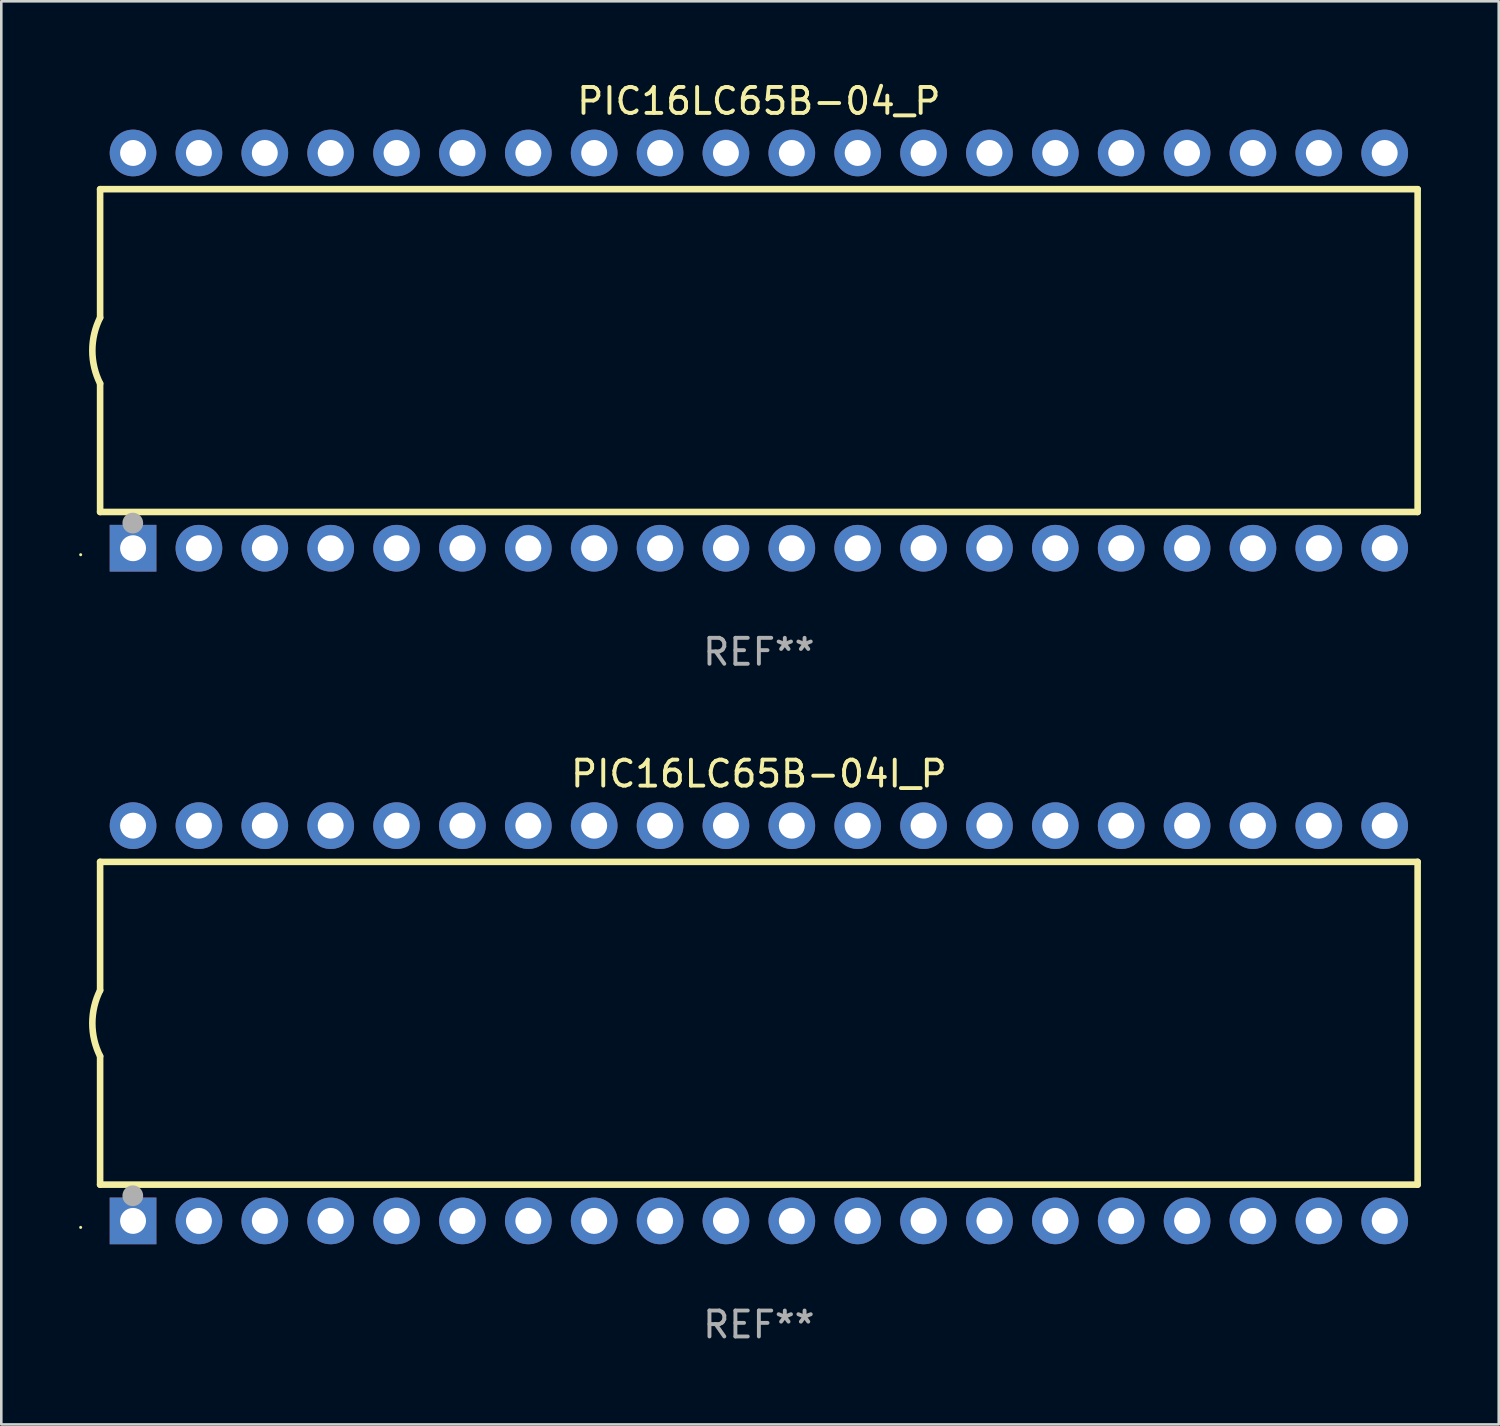
<source format=kicad_pcb>
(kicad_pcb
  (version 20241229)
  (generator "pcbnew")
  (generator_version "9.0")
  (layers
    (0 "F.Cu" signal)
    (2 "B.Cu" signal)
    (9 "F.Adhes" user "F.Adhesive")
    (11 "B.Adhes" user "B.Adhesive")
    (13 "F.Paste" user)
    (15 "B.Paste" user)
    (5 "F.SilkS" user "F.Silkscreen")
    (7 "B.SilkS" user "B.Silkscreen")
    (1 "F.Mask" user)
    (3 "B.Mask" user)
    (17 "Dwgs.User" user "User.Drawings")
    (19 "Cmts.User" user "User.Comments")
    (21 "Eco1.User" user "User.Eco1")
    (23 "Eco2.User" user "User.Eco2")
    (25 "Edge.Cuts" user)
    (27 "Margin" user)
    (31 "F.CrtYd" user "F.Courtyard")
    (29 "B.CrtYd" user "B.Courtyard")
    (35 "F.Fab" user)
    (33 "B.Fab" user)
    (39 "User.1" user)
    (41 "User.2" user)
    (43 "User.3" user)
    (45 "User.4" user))
  (footprint "PIC16LC65B-04_P"
    (layer "F.Cu")
    (at 26.21 10.468)
    (property "Reference" "PIC16LC65B-04_P" (at 0 -9.62 0) (layer "F.SilkS") (effects (font (size 1 1) (thickness 0.15))))
    (attr through_hole)
    (fp_line (start -25.4 -6.224) (end -25.4 -1.271) (stroke (width 0.254) (type solid)) (layer "F.SilkS"))
    (fp_line (start -25.4 -6.224) (end 25.4 -6.224) (stroke (width 0.254) (type solid)) (layer "F.SilkS"))
    (fp_line (start -25.4 1.269) (end -25.4 6.222) (stroke (width 0.254) (type solid)) (layer "F.SilkS"))
    (fp_line (start -25.4 6.222) (end 25.4 6.222) (stroke (width 0.254) (type solid)) (layer "F.SilkS"))
    (fp_line (start 25.4 6.222) (end 25.4 -6.224) (stroke (width 0.254) (type solid)) (layer "F.SilkS"))
    (fp_arc (start -25.4 1.269241) (mid -25.699807 -0.000762) (end -25.4 -1.270765) (stroke (width 0.254001) (type solid)) (layer "F.SilkS"))
    (fp_circle (center -26.15 7.87) (end -26.12 7.87) (stroke (width 0.06) (type solid)) (fill no) (layer "F.SilkS"))
    (fp_circle (center -24.14 6.65) (end -23.94 6.65) (stroke (width 0.4) (type solid)) (fill no) (layer "F.Fab"))
    (fp_text user "REF**" (at 0 11.62 0) (layer "F.Fab") (effects (font (size 1 1) (thickness 0.15))))
    (pad "1" thru_hole rect (at -24.13 7.62 90) (size 1.8 1.8) (drill 1) (layers "*.Cu" "*.Mask"))
    (pad "2" thru_hole circle (at -21.59 7.62) (size 1.8 1.8) (drill 1) (layers "*.Cu" "*.Mask"))
    (pad "3" thru_hole circle (at -19.05 7.62) (size 1.8 1.8) (drill 1) (layers "*.Cu" "*.Mask"))
    (pad "4" thru_hole circle (at -16.51 7.62) (size 1.8 1.8) (drill 1) (layers "*.Cu" "*.Mask"))
    (pad "5" thru_hole circle (at -13.97 7.62) (size 1.8 1.8) (drill 1) (layers "*.Cu" "*.Mask"))
    (pad "6" thru_hole circle (at -11.43 7.62) (size 1.8 1.8) (drill 1) (layers "*.Cu" "*.Mask"))
    (pad "7" thru_hole circle (at -8.89 7.62) (size 1.8 1.8) (drill 1) (layers "*.Cu" "*.Mask"))
    (pad "8" thru_hole circle (at -6.35 7.62) (size 1.8 1.8) (drill 1) (layers "*.Cu" "*.Mask"))
    (pad "9" thru_hole circle (at -3.81 7.62) (size 1.8 1.8) (drill 1) (layers "*.Cu" "*.Mask"))
    (pad "10" thru_hole circle (at -1.27 7.62) (size 1.8 1.8) (drill 1) (layers "*.Cu" "*.Mask"))
    (pad "11" thru_hole circle (at 1.27 7.62) (size 1.8 1.8) (drill 1) (layers "*.Cu" "*.Mask"))
    (pad "12" thru_hole circle (at 3.81 7.62) (size 1.8 1.8) (drill 1) (layers "*.Cu" "*.Mask"))
    (pad "13" thru_hole circle (at 6.35 7.62) (size 1.8 1.8) (drill 1) (layers "*.Cu" "*.Mask"))
    (pad "14" thru_hole circle (at 8.89 7.62) (size 1.8 1.8) (drill 1) (layers "*.Cu" "*.Mask"))
    (pad "15" thru_hole circle (at 11.43 7.62) (size 1.8 1.8) (drill 1) (layers "*.Cu" "*.Mask"))
    (pad "16" thru_hole circle (at 13.97 7.62) (size 1.8 1.8) (drill 1) (layers "*.Cu" "*.Mask"))
    (pad "17" thru_hole circle (at 16.51 7.62) (size 1.8 1.8) (drill 1) (layers "*.Cu" "*.Mask"))
    (pad "18" thru_hole circle (at 19.05 7.62) (size 1.8 1.8) (drill 1) (layers "*.Cu" "*.Mask"))
    (pad "19" thru_hole circle (at 21.59 7.62) (size 1.8 1.8) (drill 1) (layers "*.Cu" "*.Mask"))
    (pad "20" thru_hole circle (at 24.13 7.62) (size 1.8 1.8) (drill 1) (layers "*.Cu" "*.Mask"))
    (pad "21" thru_hole circle (at 24.13 -7.62) (size 1.8 1.8) (drill 1) (layers "*.Cu" "*.Mask"))
    (pad "22" thru_hole circle (at 21.59 -7.62) (size 1.8 1.8) (drill 1) (layers "*.Cu" "*.Mask"))
    (pad "23" thru_hole circle (at 19.05 -7.62) (size 1.8 1.8) (drill 1) (layers "*.Cu" "*.Mask"))
    (pad "24" thru_hole circle (at 16.51 -7.62) (size 1.8 1.8) (drill 1) (layers "*.Cu" "*.Mask"))
    (pad "25" thru_hole circle (at 13.97 -7.62) (size 1.8 1.8) (drill 1) (layers "*.Cu" "*.Mask"))
    (pad "26" thru_hole circle (at 11.43 -7.62) (size 1.8 1.8) (drill 1) (layers "*.Cu" "*.Mask"))
    (pad "27" thru_hole circle (at 8.89 -7.62) (size 1.8 1.8) (drill 1) (layers "*.Cu" "*.Mask"))
    (pad "28" thru_hole circle (at 6.35 -7.62) (size 1.8 1.8) (drill 1) (layers "*.Cu" "*.Mask"))
    (pad "29" thru_hole circle (at 3.81 -7.62) (size 1.8 1.8) (drill 1) (layers "*.Cu" "*.Mask"))
    (pad "30" thru_hole circle (at 1.27 -7.62) (size 1.8 1.8) (drill 1) (layers "*.Cu" "*.Mask"))
    (pad "31" thru_hole circle (at -1.27 -7.62) (size 1.8 1.8) (drill 1) (layers "*.Cu" "*.Mask"))
    (pad "32" thru_hole circle (at -3.81 -7.62) (size 1.8 1.8) (drill 1) (layers "*.Cu" "*.Mask"))
    (pad "33" thru_hole circle (at -6.35 -7.62) (size 1.8 1.8) (drill 1) (layers "*.Cu" "*.Mask"))
    (pad "34" thru_hole circle (at -8.89 -7.62) (size 1.8 1.8) (drill 1) (layers "*.Cu" "*.Mask"))
    (pad "35" thru_hole circle (at -11.43 -7.62) (size 1.8 1.8) (drill 1) (layers "*.Cu" "*.Mask"))
    (pad "36" thru_hole circle (at -13.97 -7.62) (size 1.8 1.8) (drill 1) (layers "*.Cu" "*.Mask"))
    (pad "37" thru_hole circle (at -16.51 -7.62) (size 1.8 1.8) (drill 1) (layers "*.Cu" "*.Mask"))
    (pad "38" thru_hole circle (at -19.05 -7.62) (size 1.8 1.8) (drill 1) (layers "*.Cu" "*.Mask"))
    (pad "39" thru_hole circle (at -21.59 -7.62) (size 1.8 1.8) (drill 1) (layers "*.Cu" "*.Mask"))
    (pad "40" thru_hole circle (at -24.13 -7.62) (size 1.8 1.8) (drill 1) (layers "*.Cu" "*.Mask")))
  (footprint "PIC16LC65B-04I_P"
    (layer "F.Cu")
    (at 26.21 36.405)
    (property "Reference" "PIC16LC65B-04I_P" (at 0 -9.62 0) (layer "F.SilkS") (effects (font (size 1 1) (thickness 0.15))))
    (attr through_hole)
    (fp_line (start -25.4 -6.224) (end -25.4 -1.271) (stroke (width 0.254) (type solid)) (layer "F.SilkS"))
    (fp_line (start -25.4 -6.224) (end 25.4 -6.224) (stroke (width 0.254) (type solid)) (layer "F.SilkS"))
    (fp_line (start -25.4 1.269) (end -25.4 6.222) (stroke (width 0.254) (type solid)) (layer "F.SilkS"))
    (fp_line (start -25.4 6.222) (end 25.4 6.222) (stroke (width 0.254) (type solid)) (layer "F.SilkS"))
    (fp_line (start 25.4 6.222) (end 25.4 -6.224) (stroke (width 0.254) (type solid)) (layer "F.SilkS"))
    (fp_arc (start -25.4 1.269241) (mid -25.699807 -0.000762) (end -25.4 -1.270765) (stroke (width 0.254001) (type solid)) (layer "F.SilkS"))
    (fp_circle (center -26.15 7.87) (end -26.12 7.87) (stroke (width 0.06) (type solid)) (fill no) (layer "F.SilkS"))
    (fp_circle (center -24.14 6.65) (end -23.94 6.65) (stroke (width 0.4) (type solid)) (fill no) (layer "F.Fab"))
    (fp_text user "REF**" (at 0 11.62 0) (layer "F.Fab") (effects (font (size 1 1) (thickness 0.15))))
    (pad "1" thru_hole rect (at -24.13 7.62 90) (size 1.8 1.8) (drill 1) (layers "*.Cu" "*.Mask"))
    (pad "2" thru_hole circle (at -21.59 7.62) (size 1.8 1.8) (drill 1) (layers "*.Cu" "*.Mask"))
    (pad "3" thru_hole circle (at -19.05 7.62) (size 1.8 1.8) (drill 1) (layers "*.Cu" "*.Mask"))
    (pad "4" thru_hole circle (at -16.51 7.62) (size 1.8 1.8) (drill 1) (layers "*.Cu" "*.Mask"))
    (pad "5" thru_hole circle (at -13.97 7.62) (size 1.8 1.8) (drill 1) (layers "*.Cu" "*.Mask"))
    (pad "6" thru_hole circle (at -11.43 7.62) (size 1.8 1.8) (drill 1) (layers "*.Cu" "*.Mask"))
    (pad "7" thru_hole circle (at -8.89 7.62) (size 1.8 1.8) (drill 1) (layers "*.Cu" "*.Mask"))
    (pad "8" thru_hole circle (at -6.35 7.62) (size 1.8 1.8) (drill 1) (layers "*.Cu" "*.Mask"))
    (pad "9" thru_hole circle (at -3.81 7.62) (size 1.8 1.8) (drill 1) (layers "*.Cu" "*.Mask"))
    (pad "10" thru_hole circle (at -1.27 7.62) (size 1.8 1.8) (drill 1) (layers "*.Cu" "*.Mask"))
    (pad "11" thru_hole circle (at 1.27 7.62) (size 1.8 1.8) (drill 1) (layers "*.Cu" "*.Mask"))
    (pad "12" thru_hole circle (at 3.81 7.62) (size 1.8 1.8) (drill 1) (layers "*.Cu" "*.Mask"))
    (pad "13" thru_hole circle (at 6.35 7.62) (size 1.8 1.8) (drill 1) (layers "*.Cu" "*.Mask"))
    (pad "14" thru_hole circle (at 8.89 7.62) (size 1.8 1.8) (drill 1) (layers "*.Cu" "*.Mask"))
    (pad "15" thru_hole circle (at 11.43 7.62) (size 1.8 1.8) (drill 1) (layers "*.Cu" "*.Mask"))
    (pad "16" thru_hole circle (at 13.97 7.62) (size 1.8 1.8) (drill 1) (layers "*.Cu" "*.Mask"))
    (pad "17" thru_hole circle (at 16.51 7.62) (size 1.8 1.8) (drill 1) (layers "*.Cu" "*.Mask"))
    (pad "18" thru_hole circle (at 19.05 7.62) (size 1.8 1.8) (drill 1) (layers "*.Cu" "*.Mask"))
    (pad "19" thru_hole circle (at 21.59 7.62) (size 1.8 1.8) (drill 1) (layers "*.Cu" "*.Mask"))
    (pad "20" thru_hole circle (at 24.13 7.62) (size 1.8 1.8) (drill 1) (layers "*.Cu" "*.Mask"))
    (pad "21" thru_hole circle (at 24.13 -7.62) (size 1.8 1.8) (drill 1) (layers "*.Cu" "*.Mask"))
    (pad "22" thru_hole circle (at 21.59 -7.62) (size 1.8 1.8) (drill 1) (layers "*.Cu" "*.Mask"))
    (pad "23" thru_hole circle (at 19.05 -7.62) (size 1.8 1.8) (drill 1) (layers "*.Cu" "*.Mask"))
    (pad "24" thru_hole circle (at 16.51 -7.62) (size 1.8 1.8) (drill 1) (layers "*.Cu" "*.Mask"))
    (pad "25" thru_hole circle (at 13.97 -7.62) (size 1.8 1.8) (drill 1) (layers "*.Cu" "*.Mask"))
    (pad "26" thru_hole circle (at 11.43 -7.62) (size 1.8 1.8) (drill 1) (layers "*.Cu" "*.Mask"))
    (pad "27" thru_hole circle (at 8.89 -7.62) (size 1.8 1.8) (drill 1) (layers "*.Cu" "*.Mask"))
    (pad "28" thru_hole circle (at 6.35 -7.62) (size 1.8 1.8) (drill 1) (layers "*.Cu" "*.Mask"))
    (pad "29" thru_hole circle (at 3.81 -7.62) (size 1.8 1.8) (drill 1) (layers "*.Cu" "*.Mask"))
    (pad "30" thru_hole circle (at 1.27 -7.62) (size 1.8 1.8) (drill 1) (layers "*.Cu" "*.Mask"))
    (pad "31" thru_hole circle (at -1.27 -7.62) (size 1.8 1.8) (drill 1) (layers "*.Cu" "*.Mask"))
    (pad "32" thru_hole circle (at -3.81 -7.62) (size 1.8 1.8) (drill 1) (layers "*.Cu" "*.Mask"))
    (pad "33" thru_hole circle (at -6.35 -7.62) (size 1.8 1.8) (drill 1) (layers "*.Cu" "*.Mask"))
    (pad "34" thru_hole circle (at -8.89 -7.62) (size 1.8 1.8) (drill 1) (layers "*.Cu" "*.Mask"))
    (pad "35" thru_hole circle (at -11.43 -7.62) (size 1.8 1.8) (drill 1) (layers "*.Cu" "*.Mask"))
    (pad "36" thru_hole circle (at -13.97 -7.62) (size 1.8 1.8) (drill 1) (layers "*.Cu" "*.Mask"))
    (pad "37" thru_hole circle (at -16.51 -7.62) (size 1.8 1.8) (drill 1) (layers "*.Cu" "*.Mask"))
    (pad "38" thru_hole circle (at -19.05 -7.62) (size 1.8 1.8) (drill 1) (layers "*.Cu" "*.Mask"))
    (pad "39" thru_hole circle (at -21.59 -7.62) (size 1.8 1.8) (drill 1) (layers "*.Cu" "*.Mask"))
    (pad "40" thru_hole circle (at -24.13 -7.62) (size 1.8 1.8) (drill 1) (layers "*.Cu" "*.Mask")))
  (gr_rect
    (start -3 -3)
    (end 54.737 51.873)
    (stroke (width 0.1) (type default))
    (fill no)
    (layer "Edge.Cuts")))
</source>
